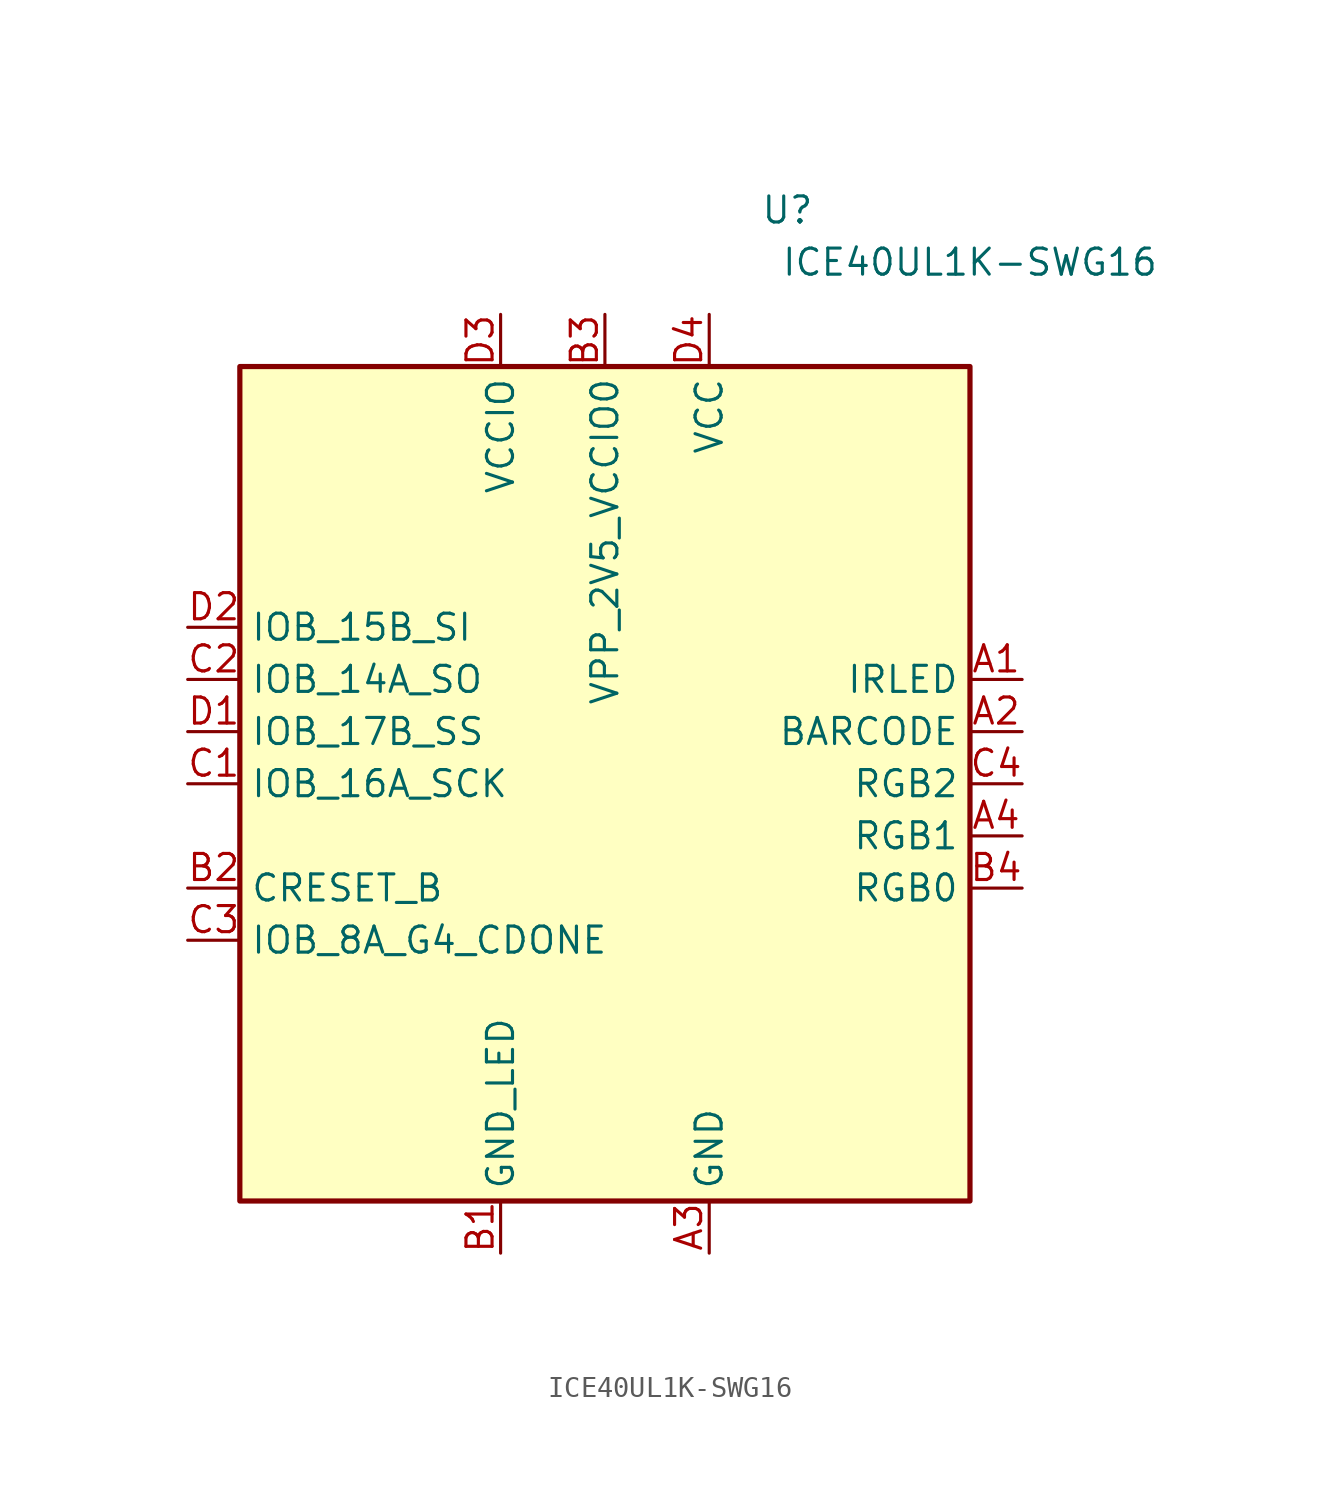
<source format=kicad_sym>
(kicad_symbol_lib
  (version 20201005)
  (generator kicad_symbol_editor)
  (symbol "ICE40UL1K-SWG16"
    (property "Reference" "U"
      (at 8.89 27.94 0)
      (effects (font (size 1.27 1.27))))
    (property "Value" "ICE40UL1K-SWG16"
      (at 17.78 25.4 0)
      (effects (font (size 1.27 1.27))))
    (symbol "ICE40UL1K-SWG16_0_1"
      (rectangle (start -17.78 20.32) (end 17.78 -20.32) (stroke (width 0.254)) (fill (type background))))
    (symbol "ICE40UL1K-SWG16_1_1"
      (pin bidirectional line (at 20.32 5.08 180) (length 2.54) (name "IRLED" (effects (font (size 1.27 1.27)))) (number "A1" (effects (font (size 1.27 1.27)))))
      (pin bidirectional line (at 20.32 2.54 180) (length 2.54) (name "BARCODE" (effects (font (size 1.27 1.27)))) (number "A2" (effects (font (size 1.27 1.27)))))
      (pin power_in line (at 5.08 -22.86 90) (length 2.54) (name "GND" (effects (font (size 1.27 1.27)))) (number "A3" (effects (font (size 1.27 1.27)))))
      (pin bidirectional line (at 20.32 -2.54 180) (length 2.54) (name "RGB1" (effects (font (size 1.27 1.27)))) (number "A4" (effects (font (size 1.27 1.27)))))
      (pin power_in line (at -5.08 -22.86 90) (length 2.54) (name "GND_LED" (effects (font (size 1.27 1.27)))) (number "B1" (effects (font (size 1.27 1.27)))))
      (pin input line (at -20.32 -5.08 0) (length 2.54) (name "CRESET_B" (effects (font (size 1.27 1.27)))) (number "B2" (effects (font (size 1.27 1.27)))))
      (pin power_in line (at 0 22.86 270) (length 2.54) (name "VPP_2V5_VCCIO0" (effects (font (size 1.27 1.27)))) (number "B3" (effects (font (size 1.27 1.27)))))
      (pin bidirectional line (at 20.32 -5.08 180) (length 2.54) (name "RGB0" (effects (font (size 1.27 1.27)))) (number "B4" (effects (font (size 1.27 1.27)))))
      (pin bidirectional line (at -20.32 0 0) (length 2.54) (name "IOB_16A_SCK" (effects (font (size 1.27 1.27)))) (number "C1" (effects (font (size 1.27 1.27)))))
      (pin bidirectional line (at -20.32 5.08 0) (length 2.54) (name "IOB_14A_SO" (effects (font (size 1.27 1.27)))) (number "C2" (effects (font (size 1.27 1.27)))))
      (pin bidirectional line (at -20.32 -7.62 0) (length 2.54) (name "IOB_8A_G4_CDONE" (effects (font (size 1.27 1.27)))) (number "C3" (effects (font (size 1.27 1.27)))))
      (pin bidirectional line (at 20.32 0 180) (length 2.54) (name "RGB2" (effects (font (size 1.27 1.27)))) (number "C4" (effects (font (size 1.27 1.27)))))
      (pin bidirectional line (at -20.32 2.54 0) (length 2.54) (name "IOB_17B_SS" (effects (font (size 1.27 1.27)))) (number "D1" (effects (font (size 1.27 1.27)))))
      (pin bidirectional line (at -20.32 7.62 0) (length 2.54) (name "IOB_15B_SI" (effects (font (size 1.27 1.27)))) (number "D2" (effects (font (size 1.27 1.27)))))
      (pin power_in line (at -5.08 22.86 270) (length 2.54) (name "VCCIO" (effects (font (size 1.27 1.27)))) (number "D3" (effects (font (size 1.27 1.27)))))
      (pin power_in line (at 5.08 22.86 270) (length 2.54) (name "VCC" (effects (font (size 1.27 1.27)))) (number "D4" (effects (font (size 1.27 1.27))))))))
</source>
